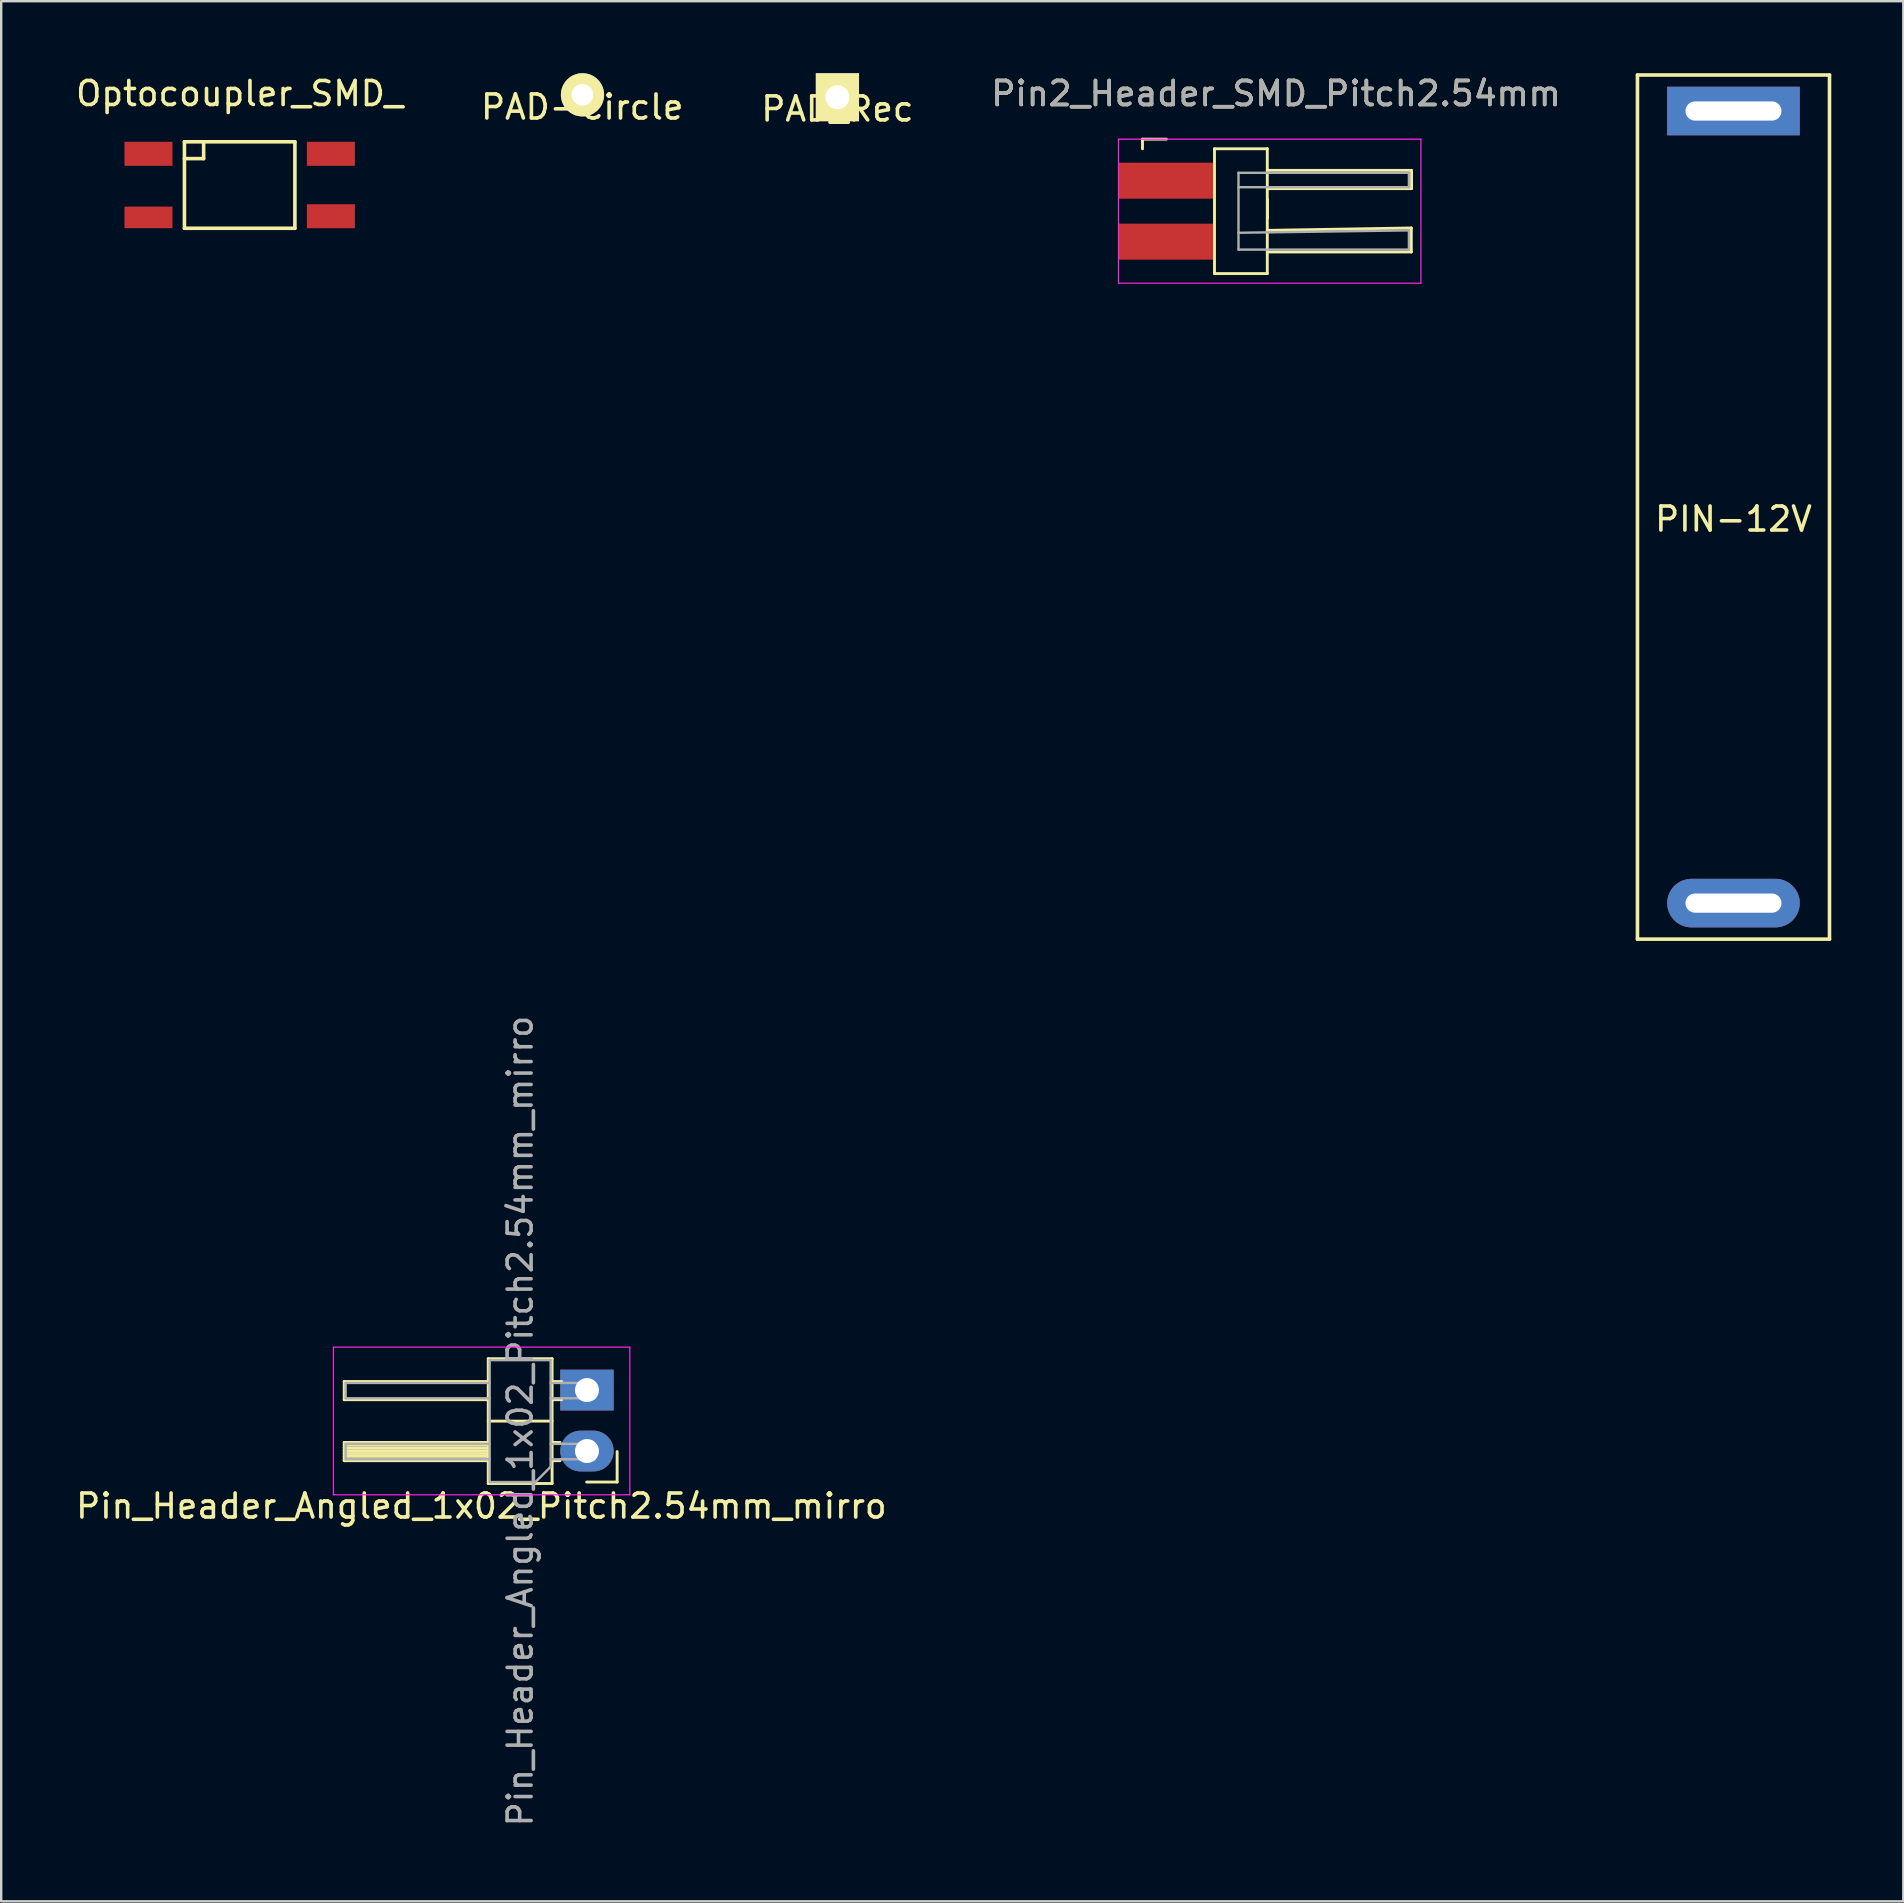
<source format=kicad_pcb>
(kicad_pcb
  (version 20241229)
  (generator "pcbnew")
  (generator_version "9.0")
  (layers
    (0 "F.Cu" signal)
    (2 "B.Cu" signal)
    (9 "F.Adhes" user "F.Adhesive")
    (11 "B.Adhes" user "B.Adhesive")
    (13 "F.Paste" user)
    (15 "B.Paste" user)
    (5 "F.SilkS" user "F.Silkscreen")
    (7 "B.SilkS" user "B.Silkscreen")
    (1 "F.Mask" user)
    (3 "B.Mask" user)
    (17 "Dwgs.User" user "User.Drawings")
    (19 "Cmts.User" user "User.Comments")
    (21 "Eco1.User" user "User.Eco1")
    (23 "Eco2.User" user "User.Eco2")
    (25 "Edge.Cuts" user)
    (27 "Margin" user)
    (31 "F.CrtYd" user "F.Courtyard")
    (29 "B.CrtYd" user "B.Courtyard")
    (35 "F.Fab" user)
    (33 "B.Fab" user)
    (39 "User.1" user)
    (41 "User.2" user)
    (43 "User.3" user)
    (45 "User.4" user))
  (footprint "PAD-Circle"
    (layer "F.Cu")
    (at 21.208 0.91)
    (property "Reference" "PAD-Circle" (at 0 0.5 0) (layer "F.SilkS") (effects (font (size 1 1) (thickness 0.15))))
    (attr through_hole)
    (pad "1" thru_hole circle (at 0.01 -0.01) (size 1.8 1.8) (drill 0.9) (layers "*.Cu" "*.Mask" "F.SilkS")))
  (footprint "PAD_Rec"
    (layer "F.Cu")
    (at 31.839 0.99)
    (property "Reference" "PAD_Rec" (at 0 0.5 0) (layer "F.SilkS") (effects (font (size 1 1) (thickness 0.15))))
    (attr through_hole)
    (pad "1" thru_hole rect (at 0 0.01) (size 1.8 2) (drill 1) (layers "*.Cu" "*.Mask" "F.SilkS")))
  (footprint "Optocoupler_SMD_"
    (layer "F.Cu")
    (at 6.935 4.658)
    (property "Reference" "Optocoupler_SMD_" (at 0 -3.81 0) (layer "F.SilkS") (effects (font (size 1 1) (thickness 0.15))))
    (attr through_hole)
    (fp_line (start -2.301 -1.801) (end -2.301 1.801) (stroke (width 0.15) (type solid)) (layer "F.SilkS"))
    (fp_line (start -2.301 1.801) (end 2.301 1.801) (stroke (width 0.15) (type solid)) (layer "F.SilkS"))
    (fp_line (start -1.501 -1.801) (end -1.501 -1.1) (stroke (width 0.15) (type solid)) (layer "F.SilkS"))
    (fp_line (start -1.501 -1.1) (end -2.301 -1.1) (stroke (width 0.15) (type solid)) (layer "F.SilkS"))
    (fp_line (start 2.301 -1.801) (end -2.301 -1.801) (stroke (width 0.15) (type solid)) (layer "F.SilkS"))
    (fp_line (start 2.301 1.801) (end 2.301 -1.801) (stroke (width 0.15) (type solid)) (layer "F.SilkS"))
    (pad "1" smd rect (at -3.8 -1.3) (size 1.999 1.001) (layers "F.Cu" "F.Mask" "F.Paste"))
    (pad "2" smd rect (at -3.8 1.349) (size 1.999 0.899) (layers "F.Cu" "F.Mask" "F.Paste"))
    (pad "3" smd rect (at 3.8 1.3) (size 1.999 1.001) (layers "F.Cu" "F.Mask" "F.Paste"))
    (pad "4" smd rect (at 3.8 -1.3) (size 1.999 1.001) (layers "F.Cu" "F.Mask" "F.Paste")))
  (footprint "PIN-12V"
    (layer "F.Cu")
    (at 69.17 18.075)
    (property "Reference" "PIN-12V" (at 0 0.5 0) (layer "F.SilkS") (effects (font (size 1 1) (thickness 0.15))))
    (attr through_hole)
    (fp_line (start -4 -18) (end 4 -18) (stroke (width 0.15) (type solid)) (layer "F.SilkS"))
    (fp_line (start -4 18) (end -4 -18) (stroke (width 0.15) (type solid)) (layer "F.SilkS"))
    (fp_line (start 4 -18) (end 4 18) (stroke (width 0.15) (type solid)) (layer "F.SilkS"))
    (fp_line (start 4 18) (end -4 18) (stroke (width 0.15) (type solid)) (layer "F.SilkS"))
    (pad "1" thru_hole rect (at 0 -16.5) (size 5.524 2.024) (drill oval 4 0.8) (layers "*.Cu" "*.Mask"))
    (pad "2" thru_hole oval (at 0 16.5) (size 5.524 2.024) (drill oval 4 0.8) (layers "*.Cu" "*.Mask")))
  (footprint "Pin2_Header_SMD_Pitch2.54mm"
    (layer "F.Cu")
    (at 45.548 5.748)
    (property "Reference" "Pin2_Header_SMD_Pitch2.54mm" (at 4.565 -4.9 0) (layer "F.SilkS") (effects (font (size 1 1) (thickness 0.15))))
    (attr through_hole)
    (fp_line (start -1 -3) (end 0 -3) (stroke (width 0.12) (type solid)) (layer "F.SilkS"))
    (fp_line (start -1 -2.6) (end -1 -3) (stroke (width 0.12) (type solid)) (layer "F.SilkS"))
    (fp_line (start 2 -2.6) (end 2 2.6) (stroke (width 0.12) (type solid)) (layer "F.SilkS"))
    (fp_line (start 4.2 -2.6) (end 2 -2.6) (stroke (width 0.12) (type solid)) (layer "F.SilkS"))
    (fp_line (start 4.2 1.7) (end 10.2 1.7) (stroke (width 0.12) (type solid)) (layer "F.SilkS"))
    (fp_line (start 4.2 2.6) (end 2 2.6) (stroke (width 0.12) (type solid)) (layer "F.SilkS"))
    (fp_line (start 4.2 2.6) (end 4.2 -2.6) (stroke (width 0.12) (type solid)) (layer "F.SilkS"))
    (fp_line (start 4.21 -0.94) (end 10.21 -0.94) (stroke (width 0.12) (type solid)) (layer "F.SilkS"))
    (fp_line (start 4.21 -0.47) (end 4.21 0.29) (stroke (width 0.12) (type solid)) (layer "F.SilkS"))
    (fp_line (start 10.2 -1.7) (end 4.2 -1.7) (stroke (width 0.12) (type solid)) (layer "F.SilkS"))
    (fp_line (start 10.2 0.7) (end 4.2 0.8) (stroke (width 0.12) (type solid)) (layer "F.SilkS"))
    (fp_line (start 10.2 1.7) (end 10.2 0.7) (stroke (width 0.12) (type solid)) (layer "F.SilkS"))
    (fp_line (start 10.21 -0.94) (end 10.21 -1.7) (stroke (width 0.12) (type solid)) (layer "F.SilkS"))
    (fp_line (start -2 -3) (end -2 3) (stroke (width 0.05) (type solid)) (layer "F.CrtYd"))
    (fp_line (start -2 3) (end 10.6 3) (stroke (width 0.05) (type solid)) (layer "F.CrtYd"))
    (fp_line (start 10.6 -3) (end -2 -3) (stroke (width 0.05) (type solid)) (layer "F.CrtYd"))
    (fp_line (start 10.6 3) (end 10.6 -3) (stroke (width 0.05) (type solid)) (layer "F.CrtYd"))
    (fp_line (start 3 -1.6) (end 3 1.6) (stroke (width 0.1) (type solid)) (layer "F.Fab"))
    (fp_line (start 3 -1) (end 10.1 -1) (stroke (width 0.1) (type solid)) (layer "F.Fab"))
    (fp_line (start 3 1.6) (end 10.1 1.6) (stroke (width 0.1) (type solid)) (layer "F.Fab"))
    (fp_line (start 10.1 -1.6) (end 3 -1.6) (stroke (width 0.1) (type solid)) (layer "F.Fab"))
    (fp_line (start 10.1 -1) (end 10.1 -1.6) (stroke (width 0.1) (type solid)) (layer "F.Fab"))
    (fp_line (start 10.1 0.8) (end 3 0.9) (stroke (width 0.1) (type solid)) (layer "F.Fab"))
    (fp_line (start 10.1 1.6) (end 10.1 0.8) (stroke (width 0.1) (type solid)) (layer "F.Fab"))
    (fp_text user "${REFERENCE}" (at 4.565 -4.9 0) (layer "F.Fab") (effects (font (size 1 1) (thickness 0.15))))
    (pad "1" smd rect (at 0 -1.27) (size 4 1.5) (layers "F.Cu" "F.Mask" "F.Paste"))
    (pad "2" smd rect (at 0 1.27) (size 4 1.5) (layers "F.Cu" "F.Mask" "F.Paste")))
  (footprint "Pin_Header_Angled_1x02_Pitch2.54mm_mirro"
    (layer "F.Cu")
    (at 21.404 57.403)
    (property "Reference" "Pin_Header_Angled_1x02_Pitch2.54mm_mirro" (at -4.398 2.292 180) (layer "F.SilkS") (effects (font (size 1 1) (thickness 0.15))))
    (attr through_hole)
    (fp_line (start -10.113 -2.898) (end -4.113 -2.898) (stroke (width 0.12) (type solid)) (layer "F.SilkS"))
    (fp_line (start -10.113 -2.138) (end -10.113 -2.898) (stroke (width 0.12) (type solid)) (layer "F.SilkS"))
    (fp_line (start -10.113 -0.358) (end -4.113 -0.358) (stroke (width 0.12) (type solid)) (layer "F.SilkS"))
    (fp_line (start -10.113 0.402) (end -10.113 -0.358) (stroke (width 0.12) (type solid)) (layer "F.SilkS"))
    (fp_line (start -4.113 -3.848) (end -4.113 1.352) (stroke (width 0.12) (type solid)) (layer "F.SilkS"))
    (fp_line (start -4.113 -2.138) (end -10.113 -2.138) (stroke (width 0.12) (type solid)) (layer "F.SilkS"))
    (fp_line (start -4.113 -0.258) (end -10.113 -0.258) (stroke (width 0.12) (type solid)) (layer "F.SilkS"))
    (fp_line (start -4.113 -0.138) (end -10.113 -0.138) (stroke (width 0.12) (type solid)) (layer "F.SilkS"))
    (fp_line (start -4.113 -0.018) (end -10.113 -0.018) (stroke (width 0.12) (type solid)) (layer "F.SilkS"))
    (fp_line (start -4.113 0.102) (end -10.113 0.102) (stroke (width 0.12) (type solid)) (layer "F.SilkS"))
    (fp_line (start -4.113 0.222) (end -10.113 0.222) (stroke (width 0.12) (type solid)) (layer "F.SilkS"))
    (fp_line (start -4.113 0.342) (end -10.113 0.342) (stroke (width 0.12) (type solid)) (layer "F.SilkS"))
    (fp_line (start -4.113 0.402) (end -10.113 0.402) (stroke (width 0.12) (type solid)) (layer "F.SilkS"))
    (fp_line (start -4.113 1.352) (end -1.453 1.352) (stroke (width 0.12) (type solid)) (layer "F.SilkS"))
    (fp_line (start -1.453 -3.848) (end -4.113 -3.848) (stroke (width 0.12) (type solid)) (layer "F.SilkS"))
    (fp_line (start -1.453 -1.248) (end -4.113 -1.248) (stroke (width 0.12) (type solid)) (layer "F.SilkS"))
    (fp_line (start -1.453 1.352) (end -1.453 -3.848) (stroke (width 0.12) (type solid)) (layer "F.SilkS"))
    (fp_line (start -1.123 -0.358) (end -1.453 -0.358) (stroke (width 0.12) (type solid)) (layer "F.SilkS"))
    (fp_line (start -1.123 0.402) (end -1.453 0.402) (stroke (width 0.12) (type solid)) (layer "F.SilkS"))
    (fp_line (start -1.056 -2.898) (end -1.453 -2.898) (stroke (width 0.12) (type solid)) (layer "F.SilkS"))
    (fp_line (start -1.056 -2.138) (end -1.453 -2.138) (stroke (width 0.12) (type solid)) (layer "F.SilkS"))
    (fp_line (start 1.257 0.022) (end 1.257 1.292) (stroke (width 0.12) (type solid)) (layer "F.SilkS"))
    (fp_line (start 1.257 1.292) (end -0.013 1.292) (stroke (width 0.12) (type solid)) (layer "F.SilkS"))
    (fp_line (start -10.563 -4.328) (end -10.563 1.822) (stroke (width 0.05) (type solid)) (layer "F.CrtYd"))
    (fp_line (start -10.563 1.822) (end 1.787 1.822) (stroke (width 0.05) (type solid)) (layer "F.CrtYd"))
    (fp_line (start 1.787 -4.328) (end -10.563 -4.328) (stroke (width 0.05) (type solid)) (layer "F.CrtYd"))
    (fp_line (start 1.787 1.822) (end 1.787 -4.328) (stroke (width 0.05) (type solid)) (layer "F.CrtYd"))
    (fp_line (start -10.053 -2.198) (end -10.053 -2.838) (stroke (width 0.1) (type solid)) (layer "F.Fab"))
    (fp_line (start -10.053 0.342) (end -10.053 -0.298) (stroke (width 0.1) (type solid)) (layer "F.Fab"))
    (fp_line (start -4.053 -3.788) (end -1.513 -3.788) (stroke (width 0.1) (type solid)) (layer "F.Fab"))
    (fp_line (start -4.053 -2.838) (end -10.053 -2.838) (stroke (width 0.1) (type solid)) (layer "F.Fab"))
    (fp_line (start -4.053 -2.198) (end -10.053 -2.198) (stroke (width 0.1) (type solid)) (layer "F.Fab"))
    (fp_line (start -4.053 -0.298) (end -10.053 -0.298) (stroke (width 0.1) (type solid)) (layer "F.Fab"))
    (fp_line (start -4.053 0.342) (end -10.053 0.342) (stroke (width 0.1) (type solid)) (layer "F.Fab"))
    (fp_line (start -4.053 1.292) (end -4.053 -3.788) (stroke (width 0.1) (type solid)) (layer "F.Fab"))
    (fp_line (start -2.148 1.292) (end -4.053 1.292) (stroke (width 0.1) (type solid)) (layer "F.Fab"))
    (fp_line (start -1.513 -3.788) (end -1.513 0.657) (stroke (width 0.1) (type solid)) (layer "F.Fab"))
    (fp_line (start -1.513 0.657) (end -2.148 1.292) (stroke (width 0.1) (type solid)) (layer "F.Fab"))
    (fp_line (start 0.307 -2.838) (end -1.513 -2.838) (stroke (width 0.1) (type solid)) (layer "F.Fab"))
    (fp_line (start 0.307 -2.198) (end -1.513 -2.198) (stroke (width 0.1) (type solid)) (layer "F.Fab"))
    (fp_line (start 0.307 -2.198) (end 0.307 -2.838) (stroke (width 0.1) (type solid)) (layer "F.Fab"))
    (fp_line (start 0.307 -0.298) (end -1.513 -0.298) (stroke (width 0.1) (type solid)) (layer "F.Fab"))
    (fp_line (start 0.307 0.342) (end -1.513 0.342) (stroke (width 0.1) (type solid)) (layer "F.Fab"))
    (fp_line (start 0.307 0.342) (end 0.307 -0.298) (stroke (width 0.1) (type solid)) (layer "F.Fab"))
    (fp_text user "${REFERENCE}" (at -2.783 -1.248 270) (layer "F.Fab") (effects (font (size 1 1) (thickness 0.15))))
    (pad "1" thru_hole rect (at 0 -2.54 180) (size 2.224 1.7) (drill 1) (layers "*.Cu" "*.Mask"))
    (pad "2" thru_hole oval (at 0 0 180) (size 2.224 1.7) (drill 1) (layers "*.Cu" "*.Mask")))
  (gr_rect
    (start -3 -3)
    (end 76.245 76.162)
    (stroke (width 0.1) (type default))
    (fill no)
    (layer "Edge.Cuts")))
</source>
